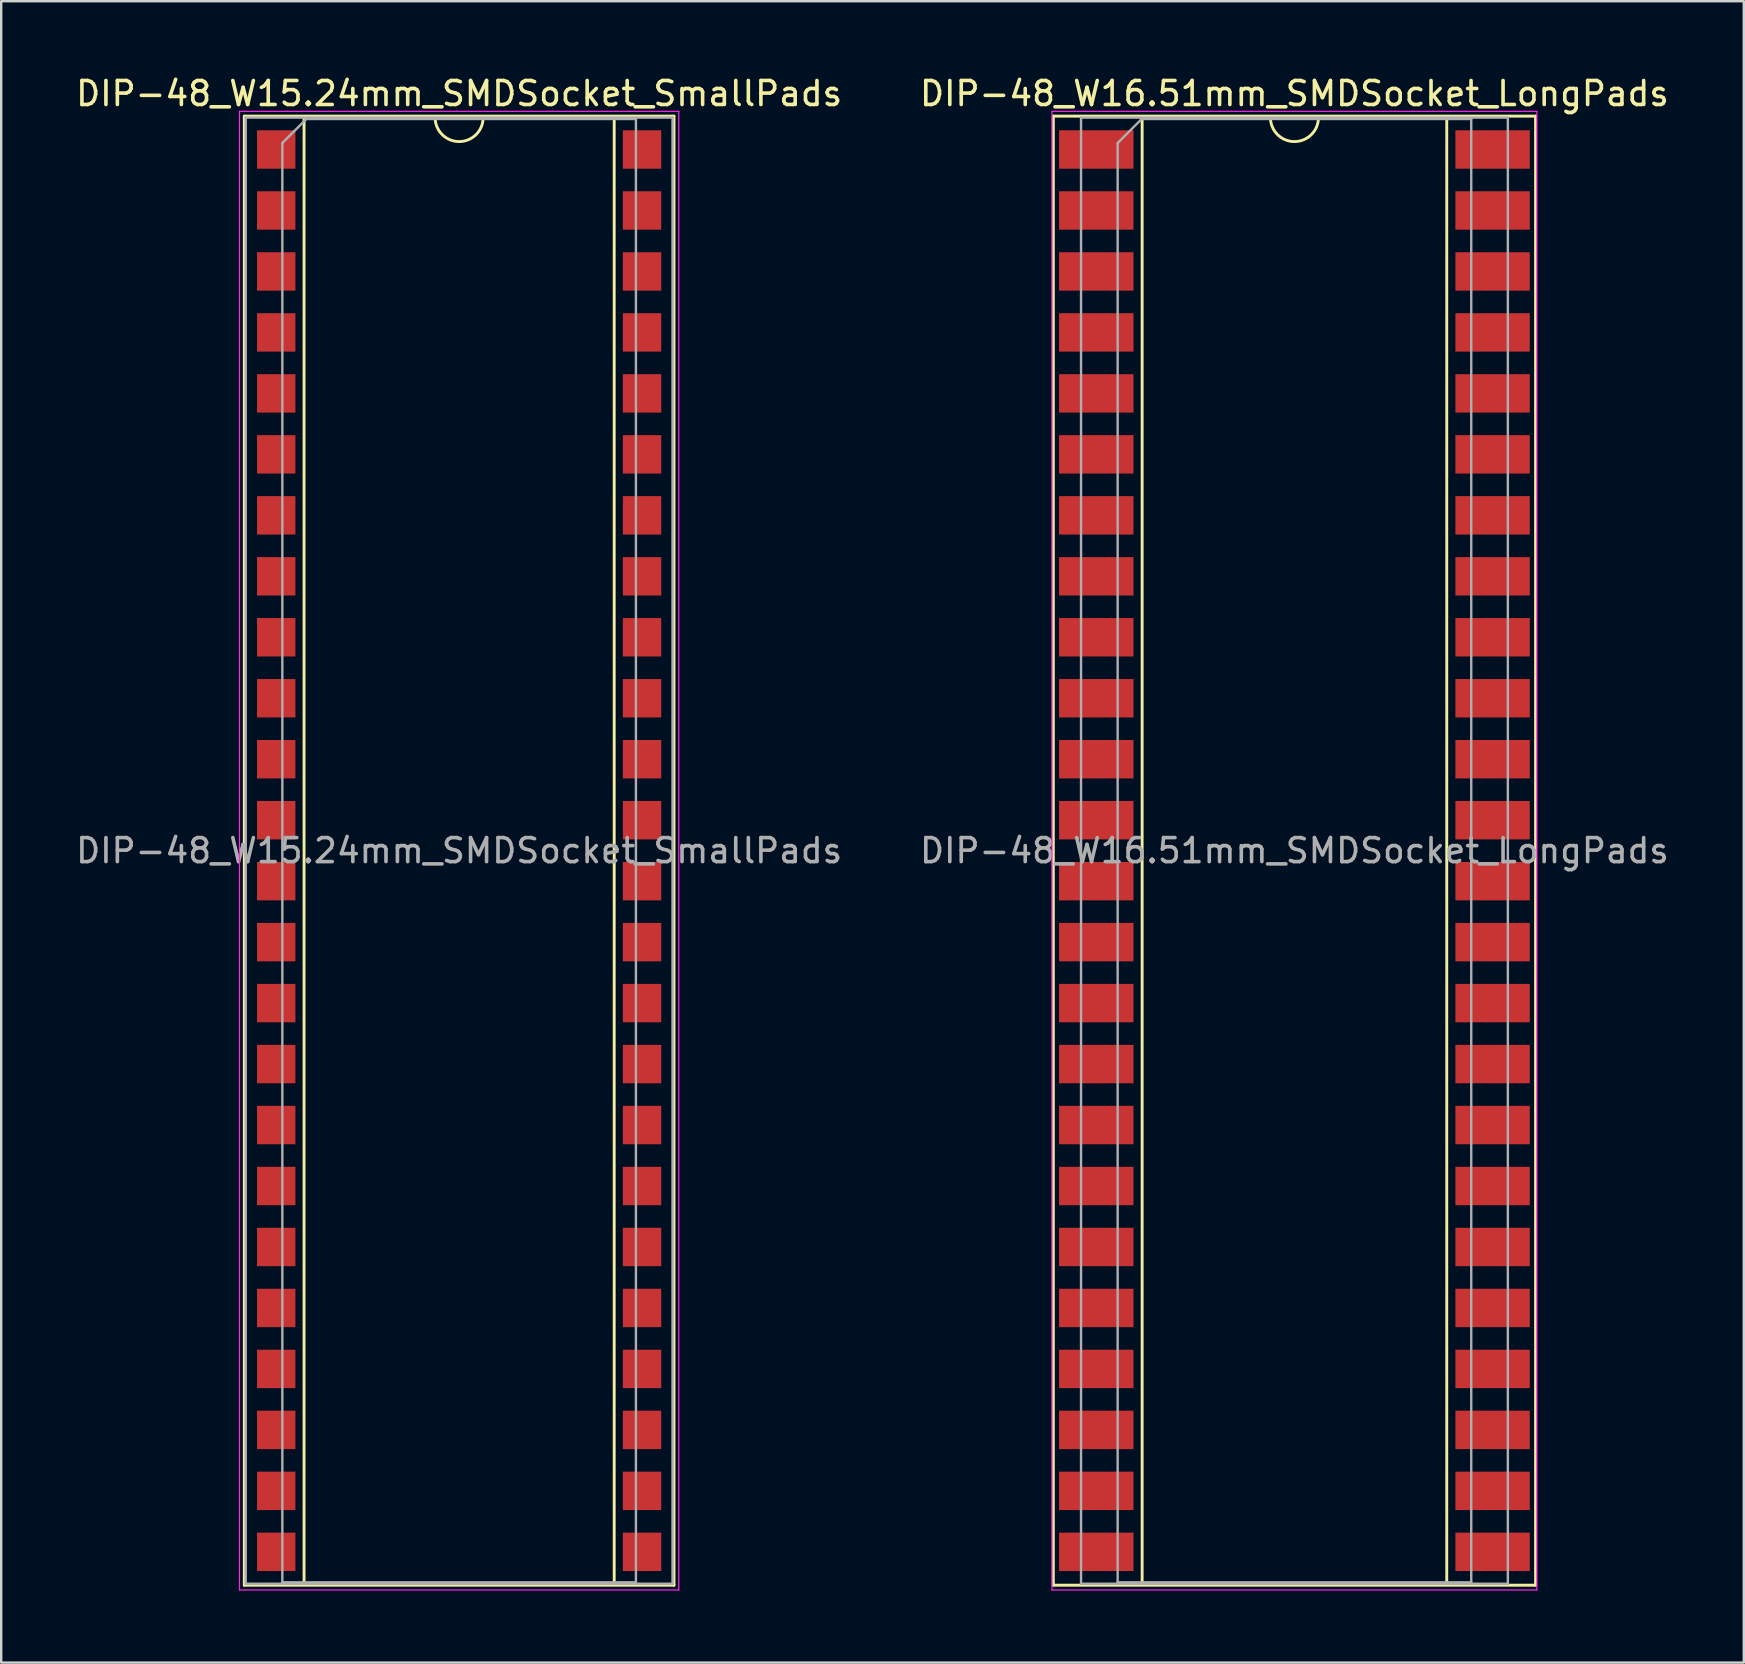
<source format=kicad_pcb>
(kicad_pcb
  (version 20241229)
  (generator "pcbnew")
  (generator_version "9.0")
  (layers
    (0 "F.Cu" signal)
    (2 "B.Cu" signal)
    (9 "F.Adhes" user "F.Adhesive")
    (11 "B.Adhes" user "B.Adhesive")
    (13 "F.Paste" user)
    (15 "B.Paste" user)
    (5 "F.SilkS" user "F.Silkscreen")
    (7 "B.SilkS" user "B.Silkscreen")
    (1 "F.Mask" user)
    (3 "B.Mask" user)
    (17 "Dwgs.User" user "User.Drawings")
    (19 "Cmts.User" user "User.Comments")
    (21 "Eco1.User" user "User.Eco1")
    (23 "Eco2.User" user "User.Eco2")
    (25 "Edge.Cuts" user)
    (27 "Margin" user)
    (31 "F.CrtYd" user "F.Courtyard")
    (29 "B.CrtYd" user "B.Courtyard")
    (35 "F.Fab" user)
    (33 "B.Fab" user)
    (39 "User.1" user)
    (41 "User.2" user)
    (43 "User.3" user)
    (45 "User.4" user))
  (footprint "DIP-48_W16.51mm_SMDSocket_LongPads"
    (layer "F.Cu")
    (at 50.875 32.388)
    (property "Reference" "DIP-48_W16.51mm_SMDSocket_LongPads" (at 0 -31.54 0) (layer "F.SilkS") (effects (font (size 1 1) (thickness 0.15))))
    (attr smd)
    (fp_line (start -10.045 -30.6) (end -10.045 30.6) (stroke (width 0.12) (type solid)) (layer "F.SilkS"))
    (fp_line (start -10.045 30.6) (end 10.045 30.6) (stroke (width 0.12) (type solid)) (layer "F.SilkS"))
    (fp_line (start -6.345 -30.54) (end -6.345 30.54) (stroke (width 0.12) (type solid)) (layer "F.SilkS"))
    (fp_line (start -6.345 30.54) (end 6.345 30.54) (stroke (width 0.12) (type solid)) (layer "F.SilkS"))
    (fp_line (start -1 -30.54) (end -6.345 -30.54) (stroke (width 0.12) (type solid)) (layer "F.SilkS"))
    (fp_line (start 6.345 -30.54) (end 1 -30.54) (stroke (width 0.12) (type solid)) (layer "F.SilkS"))
    (fp_line (start 6.345 30.54) (end 6.345 -30.54) (stroke (width 0.12) (type solid)) (layer "F.SilkS"))
    (fp_line (start 10.045 -30.6) (end -10.045 -30.6) (stroke (width 0.12) (type solid)) (layer "F.SilkS"))
    (fp_line (start 10.045 30.6) (end 10.045 -30.6) (stroke (width 0.12) (type solid)) (layer "F.SilkS"))
    (fp_arc (start 1 -30.54) (mid 0 -29.54) (end -1 -30.54) (stroke (width 0.12) (type solid)) (layer "F.SilkS"))
    (fp_line (start -10.1 -30.8) (end -10.1 30.8) (stroke (width 0.05) (type solid)) (layer "F.CrtYd"))
    (fp_line (start -10.1 30.8) (end 10.1 30.8) (stroke (width 0.05) (type solid)) (layer "F.CrtYd"))
    (fp_line (start 10.1 -30.8) (end -10.1 -30.8) (stroke (width 0.05) (type solid)) (layer "F.CrtYd"))
    (fp_line (start 10.1 30.8) (end 10.1 -30.8) (stroke (width 0.05) (type solid)) (layer "F.CrtYd"))
    (fp_line (start -8.89 -30.54) (end -8.89 30.54) (stroke (width 0.1) (type solid)) (layer "F.Fab"))
    (fp_line (start -8.89 30.54) (end 8.89 30.54) (stroke (width 0.1) (type solid)) (layer "F.Fab"))
    (fp_line (start -7.365 -29.48) (end -6.365 -30.48) (stroke (width 0.1) (type solid)) (layer "F.Fab"))
    (fp_line (start -7.365 30.48) (end -7.365 -29.48) (stroke (width 0.1) (type solid)) (layer "F.Fab"))
    (fp_line (start -6.365 -30.48) (end 7.365 -30.48) (stroke (width 0.1) (type solid)) (layer "F.Fab"))
    (fp_line (start 7.365 -30.48) (end 7.365 30.48) (stroke (width 0.1) (type solid)) (layer "F.Fab"))
    (fp_line (start 7.365 30.48) (end -7.365 30.48) (stroke (width 0.1) (type solid)) (layer "F.Fab"))
    (fp_line (start 8.89 -30.54) (end -8.89 -30.54) (stroke (width 0.1) (type solid)) (layer "F.Fab"))
    (fp_line (start 8.89 30.54) (end 8.89 -30.54) (stroke (width 0.1) (type solid)) (layer "F.Fab"))
    (fp_text user "${REFERENCE}" (at 0 0 0) (layer "F.Fab") (effects (font (size 1 1) (thickness 0.15))))
    (pad "1" smd rect (at -8.255 -29.21) (size 3.1 1.6) (layers "F.Cu" "F.Mask" "F.Paste"))
    (pad "2" smd rect (at -8.255 -26.67) (size 3.1 1.6) (layers "F.Cu" "F.Mask" "F.Paste"))
    (pad "3" smd rect (at -8.255 -24.13) (size 3.1 1.6) (layers "F.Cu" "F.Mask" "F.Paste"))
    (pad "4" smd rect (at -8.255 -21.59) (size 3.1 1.6) (layers "F.Cu" "F.Mask" "F.Paste"))
    (pad "5" smd rect (at -8.255 -19.05) (size 3.1 1.6) (layers "F.Cu" "F.Mask" "F.Paste"))
    (pad "6" smd rect (at -8.255 -16.51) (size 3.1 1.6) (layers "F.Cu" "F.Mask" "F.Paste"))
    (pad "7" smd rect (at -8.255 -13.97) (size 3.1 1.6) (layers "F.Cu" "F.Mask" "F.Paste"))
    (pad "8" smd rect (at -8.255 -11.43) (size 3.1 1.6) (layers "F.Cu" "F.Mask" "F.Paste"))
    (pad "9" smd rect (at -8.255 -8.89) (size 3.1 1.6) (layers "F.Cu" "F.Mask" "F.Paste"))
    (pad "10" smd rect (at -8.255 -6.35) (size 3.1 1.6) (layers "F.Cu" "F.Mask" "F.Paste"))
    (pad "11" smd rect (at -8.255 -3.81) (size 3.1 1.6) (layers "F.Cu" "F.Mask" "F.Paste"))
    (pad "12" smd rect (at -8.255 -1.27) (size 3.1 1.6) (layers "F.Cu" "F.Mask" "F.Paste"))
    (pad "13" smd rect (at -8.255 1.27) (size 3.1 1.6) (layers "F.Cu" "F.Mask" "F.Paste"))
    (pad "14" smd rect (at -8.255 3.81) (size 3.1 1.6) (layers "F.Cu" "F.Mask" "F.Paste"))
    (pad "15" smd rect (at -8.255 6.35) (size 3.1 1.6) (layers "F.Cu" "F.Mask" "F.Paste"))
    (pad "16" smd rect (at -8.255 8.89) (size 3.1 1.6) (layers "F.Cu" "F.Mask" "F.Paste"))
    (pad "17" smd rect (at -8.255 11.43) (size 3.1 1.6) (layers "F.Cu" "F.Mask" "F.Paste"))
    (pad "18" smd rect (at -8.255 13.97) (size 3.1 1.6) (layers "F.Cu" "F.Mask" "F.Paste"))
    (pad "19" smd rect (at -8.255 16.51) (size 3.1 1.6) (layers "F.Cu" "F.Mask" "F.Paste"))
    (pad "20" smd rect (at -8.255 19.05) (size 3.1 1.6) (layers "F.Cu" "F.Mask" "F.Paste"))
    (pad "21" smd rect (at -8.255 21.59) (size 3.1 1.6) (layers "F.Cu" "F.Mask" "F.Paste"))
    (pad "22" smd rect (at -8.255 24.13) (size 3.1 1.6) (layers "F.Cu" "F.Mask" "F.Paste"))
    (pad "23" smd rect (at -8.255 26.67) (size 3.1 1.6) (layers "F.Cu" "F.Mask" "F.Paste"))
    (pad "24" smd rect (at -8.255 29.21) (size 3.1 1.6) (layers "F.Cu" "F.Mask" "F.Paste"))
    (pad "25" smd rect (at 8.255 29.21) (size 3.1 1.6) (layers "F.Cu" "F.Mask" "F.Paste"))
    (pad "26" smd rect (at 8.255 26.67) (size 3.1 1.6) (layers "F.Cu" "F.Mask" "F.Paste"))
    (pad "27" smd rect (at 8.255 24.13) (size 3.1 1.6) (layers "F.Cu" "F.Mask" "F.Paste"))
    (pad "28" smd rect (at 8.255 21.59) (size 3.1 1.6) (layers "F.Cu" "F.Mask" "F.Paste"))
    (pad "29" smd rect (at 8.255 19.05) (size 3.1 1.6) (layers "F.Cu" "F.Mask" "F.Paste"))
    (pad "30" smd rect (at 8.255 16.51) (size 3.1 1.6) (layers "F.Cu" "F.Mask" "F.Paste"))
    (pad "31" smd rect (at 8.255 13.97) (size 3.1 1.6) (layers "F.Cu" "F.Mask" "F.Paste"))
    (pad "32" smd rect (at 8.255 11.43) (size 3.1 1.6) (layers "F.Cu" "F.Mask" "F.Paste"))
    (pad "33" smd rect (at 8.255 8.89) (size 3.1 1.6) (layers "F.Cu" "F.Mask" "F.Paste"))
    (pad "34" smd rect (at 8.255 6.35) (size 3.1 1.6) (layers "F.Cu" "F.Mask" "F.Paste"))
    (pad "35" smd rect (at 8.255 3.81) (size 3.1 1.6) (layers "F.Cu" "F.Mask" "F.Paste"))
    (pad "36" smd rect (at 8.255 1.27) (size 3.1 1.6) (layers "F.Cu" "F.Mask" "F.Paste"))
    (pad "37" smd rect (at 8.255 -1.27) (size 3.1 1.6) (layers "F.Cu" "F.Mask" "F.Paste"))
    (pad "38" smd rect (at 8.255 -3.81) (size 3.1 1.6) (layers "F.Cu" "F.Mask" "F.Paste"))
    (pad "39" smd rect (at 8.255 -6.35) (size 3.1 1.6) (layers "F.Cu" "F.Mask" "F.Paste"))
    (pad "40" smd rect (at 8.255 -8.89) (size 3.1 1.6) (layers "F.Cu" "F.Mask" "F.Paste"))
    (pad "41" smd rect (at 8.255 -11.43) (size 3.1 1.6) (layers "F.Cu" "F.Mask" "F.Paste"))
    (pad "42" smd rect (at 8.255 -13.97) (size 3.1 1.6) (layers "F.Cu" "F.Mask" "F.Paste"))
    (pad "43" smd rect (at 8.255 -16.51) (size 3.1 1.6) (layers "F.Cu" "F.Mask" "F.Paste"))
    (pad "44" smd rect (at 8.255 -19.05) (size 3.1 1.6) (layers "F.Cu" "F.Mask" "F.Paste"))
    (pad "45" smd rect (at 8.255 -21.59) (size 3.1 1.6) (layers "F.Cu" "F.Mask" "F.Paste"))
    (pad "46" smd rect (at 8.255 -24.13) (size 3.1 1.6) (layers "F.Cu" "F.Mask" "F.Paste"))
    (pad "47" smd rect (at 8.255 -26.67) (size 3.1 1.6) (layers "F.Cu" "F.Mask" "F.Paste"))
    (pad "48" smd rect (at 8.255 -29.21) (size 3.1 1.6) (layers "F.Cu" "F.Mask" "F.Paste")))
  (footprint "DIP-48_W15.24mm_SMDSocket_SmallPads"
    (layer "F.Cu")
    (at 16.077 32.388)
    (property "Reference" "DIP-48_W15.24mm_SMDSocket_SmallPads" (at 0 -31.54 0) (layer "F.SilkS") (effects (font (size 1 1) (thickness 0.15))))
    (attr smd)
    (fp_line (start -8.95 -30.6) (end -8.95 30.6) (stroke (width 0.12) (type solid)) (layer "F.SilkS"))
    (fp_line (start -8.95 30.6) (end 8.95 30.6) (stroke (width 0.12) (type solid)) (layer "F.SilkS"))
    (fp_line (start -6.46 -30.54) (end -6.46 30.54) (stroke (width 0.12) (type solid)) (layer "F.SilkS"))
    (fp_line (start -6.46 30.54) (end 6.46 30.54) (stroke (width 0.12) (type solid)) (layer "F.SilkS"))
    (fp_line (start -1 -30.54) (end -6.46 -30.54) (stroke (width 0.12) (type solid)) (layer "F.SilkS"))
    (fp_line (start 6.46 -30.54) (end 1 -30.54) (stroke (width 0.12) (type solid)) (layer "F.SilkS"))
    (fp_line (start 6.46 30.54) (end 6.46 -30.54) (stroke (width 0.12) (type solid)) (layer "F.SilkS"))
    (fp_line (start 8.95 -30.6) (end -8.95 -30.6) (stroke (width 0.12) (type solid)) (layer "F.SilkS"))
    (fp_line (start 8.95 30.6) (end 8.95 -30.6) (stroke (width 0.12) (type solid)) (layer "F.SilkS"))
    (fp_arc (start 1 -30.54) (mid 0 -29.54) (end -1 -30.54) (stroke (width 0.12) (type solid)) (layer "F.SilkS"))
    (fp_line (start -9.15 -30.8) (end -9.15 30.8) (stroke (width 0.05) (type solid)) (layer "F.CrtYd"))
    (fp_line (start -9.15 30.8) (end 9.15 30.8) (stroke (width 0.05) (type solid)) (layer "F.CrtYd"))
    (fp_line (start 9.15 -30.8) (end -9.15 -30.8) (stroke (width 0.05) (type solid)) (layer "F.CrtYd"))
    (fp_line (start 9.15 30.8) (end 9.15 -30.8) (stroke (width 0.05) (type solid)) (layer "F.CrtYd"))
    (fp_line (start -8.89 -30.54) (end -8.89 30.54) (stroke (width 0.1) (type solid)) (layer "F.Fab"))
    (fp_line (start -8.89 30.54) (end 8.89 30.54) (stroke (width 0.1) (type solid)) (layer "F.Fab"))
    (fp_line (start -7.365 -29.48) (end -6.365 -30.48) (stroke (width 0.1) (type solid)) (layer "F.Fab"))
    (fp_line (start -7.365 30.48) (end -7.365 -29.48) (stroke (width 0.1) (type solid)) (layer "F.Fab"))
    (fp_line (start -6.365 -30.48) (end 7.365 -30.48) (stroke (width 0.1) (type solid)) (layer "F.Fab"))
    (fp_line (start 7.365 -30.48) (end 7.365 30.48) (stroke (width 0.1) (type solid)) (layer "F.Fab"))
    (fp_line (start 7.365 30.48) (end -7.365 30.48) (stroke (width 0.1) (type solid)) (layer "F.Fab"))
    (fp_line (start 8.89 -30.54) (end -8.89 -30.54) (stroke (width 0.1) (type solid)) (layer "F.Fab"))
    (fp_line (start 8.89 30.54) (end 8.89 -30.54) (stroke (width 0.1) (type solid)) (layer "F.Fab"))
    (fp_text user "${REFERENCE}" (at 0 0 0) (layer "F.Fab") (effects (font (size 1 1) (thickness 0.15))))
    (pad "1" smd rect (at -7.62 -29.21) (size 1.6 1.6) (layers "F.Cu" "F.Mask" "F.Paste"))
    (pad "2" smd rect (at -7.62 -26.67) (size 1.6 1.6) (layers "F.Cu" "F.Mask" "F.Paste"))
    (pad "3" smd rect (at -7.62 -24.13) (size 1.6 1.6) (layers "F.Cu" "F.Mask" "F.Paste"))
    (pad "4" smd rect (at -7.62 -21.59) (size 1.6 1.6) (layers "F.Cu" "F.Mask" "F.Paste"))
    (pad "5" smd rect (at -7.62 -19.05) (size 1.6 1.6) (layers "F.Cu" "F.Mask" "F.Paste"))
    (pad "6" smd rect (at -7.62 -16.51) (size 1.6 1.6) (layers "F.Cu" "F.Mask" "F.Paste"))
    (pad "7" smd rect (at -7.62 -13.97) (size 1.6 1.6) (layers "F.Cu" "F.Mask" "F.Paste"))
    (pad "8" smd rect (at -7.62 -11.43) (size 1.6 1.6) (layers "F.Cu" "F.Mask" "F.Paste"))
    (pad "9" smd rect (at -7.62 -8.89) (size 1.6 1.6) (layers "F.Cu" "F.Mask" "F.Paste"))
    (pad "10" smd rect (at -7.62 -6.35) (size 1.6 1.6) (layers "F.Cu" "F.Mask" "F.Paste"))
    (pad "11" smd rect (at -7.62 -3.81) (size 1.6 1.6) (layers "F.Cu" "F.Mask" "F.Paste"))
    (pad "12" smd rect (at -7.62 -1.27) (size 1.6 1.6) (layers "F.Cu" "F.Mask" "F.Paste"))
    (pad "13" smd rect (at -7.62 1.27) (size 1.6 1.6) (layers "F.Cu" "F.Mask" "F.Paste"))
    (pad "14" smd rect (at -7.62 3.81) (size 1.6 1.6) (layers "F.Cu" "F.Mask" "F.Paste"))
    (pad "15" smd rect (at -7.62 6.35) (size 1.6 1.6) (layers "F.Cu" "F.Mask" "F.Paste"))
    (pad "16" smd rect (at -7.62 8.89) (size 1.6 1.6) (layers "F.Cu" "F.Mask" "F.Paste"))
    (pad "17" smd rect (at -7.62 11.43) (size 1.6 1.6) (layers "F.Cu" "F.Mask" "F.Paste"))
    (pad "18" smd rect (at -7.62 13.97) (size 1.6 1.6) (layers "F.Cu" "F.Mask" "F.Paste"))
    (pad "19" smd rect (at -7.62 16.51) (size 1.6 1.6) (layers "F.Cu" "F.Mask" "F.Paste"))
    (pad "20" smd rect (at -7.62 19.05) (size 1.6 1.6) (layers "F.Cu" "F.Mask" "F.Paste"))
    (pad "21" smd rect (at -7.62 21.59) (size 1.6 1.6) (layers "F.Cu" "F.Mask" "F.Paste"))
    (pad "22" smd rect (at -7.62 24.13) (size 1.6 1.6) (layers "F.Cu" "F.Mask" "F.Paste"))
    (pad "23" smd rect (at -7.62 26.67) (size 1.6 1.6) (layers "F.Cu" "F.Mask" "F.Paste"))
    (pad "24" smd rect (at -7.62 29.21) (size 1.6 1.6) (layers "F.Cu" "F.Mask" "F.Paste"))
    (pad "25" smd rect (at 7.62 29.21) (size 1.6 1.6) (layers "F.Cu" "F.Mask" "F.Paste"))
    (pad "26" smd rect (at 7.62 26.67) (size 1.6 1.6) (layers "F.Cu" "F.Mask" "F.Paste"))
    (pad "27" smd rect (at 7.62 24.13) (size 1.6 1.6) (layers "F.Cu" "F.Mask" "F.Paste"))
    (pad "28" smd rect (at 7.62 21.59) (size 1.6 1.6) (layers "F.Cu" "F.Mask" "F.Paste"))
    (pad "29" smd rect (at 7.62 19.05) (size 1.6 1.6) (layers "F.Cu" "F.Mask" "F.Paste"))
    (pad "30" smd rect (at 7.62 16.51) (size 1.6 1.6) (layers "F.Cu" "F.Mask" "F.Paste"))
    (pad "31" smd rect (at 7.62 13.97) (size 1.6 1.6) (layers "F.Cu" "F.Mask" "F.Paste"))
    (pad "32" smd rect (at 7.62 11.43) (size 1.6 1.6) (layers "F.Cu" "F.Mask" "F.Paste"))
    (pad "33" smd rect (at 7.62 8.89) (size 1.6 1.6) (layers "F.Cu" "F.Mask" "F.Paste"))
    (pad "34" smd rect (at 7.62 6.35) (size 1.6 1.6) (layers "F.Cu" "F.Mask" "F.Paste"))
    (pad "35" smd rect (at 7.62 3.81) (size 1.6 1.6) (layers "F.Cu" "F.Mask" "F.Paste"))
    (pad "36" smd rect (at 7.62 1.27) (size 1.6 1.6) (layers "F.Cu" "F.Mask" "F.Paste"))
    (pad "37" smd rect (at 7.62 -1.27) (size 1.6 1.6) (layers "F.Cu" "F.Mask" "F.Paste"))
    (pad "38" smd rect (at 7.62 -3.81) (size 1.6 1.6) (layers "F.Cu" "F.Mask" "F.Paste"))
    (pad "39" smd rect (at 7.62 -6.35) (size 1.6 1.6) (layers "F.Cu" "F.Mask" "F.Paste"))
    (pad "40" smd rect (at 7.62 -8.89) (size 1.6 1.6) (layers "F.Cu" "F.Mask" "F.Paste"))
    (pad "41" smd rect (at 7.62 -11.43) (size 1.6 1.6) (layers "F.Cu" "F.Mask" "F.Paste"))
    (pad "42" smd rect (at 7.62 -13.97) (size 1.6 1.6) (layers "F.Cu" "F.Mask" "F.Paste"))
    (pad "43" smd rect (at 7.62 -16.51) (size 1.6 1.6) (layers "F.Cu" "F.Mask" "F.Paste"))
    (pad "44" smd rect (at 7.62 -19.05) (size 1.6 1.6) (layers "F.Cu" "F.Mask" "F.Paste"))
    (pad "45" smd rect (at 7.62 -21.59) (size 1.6 1.6) (layers "F.Cu" "F.Mask" "F.Paste"))
    (pad "46" smd rect (at 7.62 -24.13) (size 1.6 1.6) (layers "F.Cu" "F.Mask" "F.Paste"))
    (pad "47" smd rect (at 7.62 -26.67) (size 1.6 1.6) (layers "F.Cu" "F.Mask" "F.Paste"))
    (pad "48" smd rect (at 7.62 -29.21) (size 1.6 1.6) (layers "F.Cu" "F.Mask" "F.Paste")))
  (gr_rect
    (start -3 -3)
    (end 69.595 66.213)
    (stroke (width 0.1) (type default))
    (fill no)
    (layer "Edge.Cuts")))
</source>
